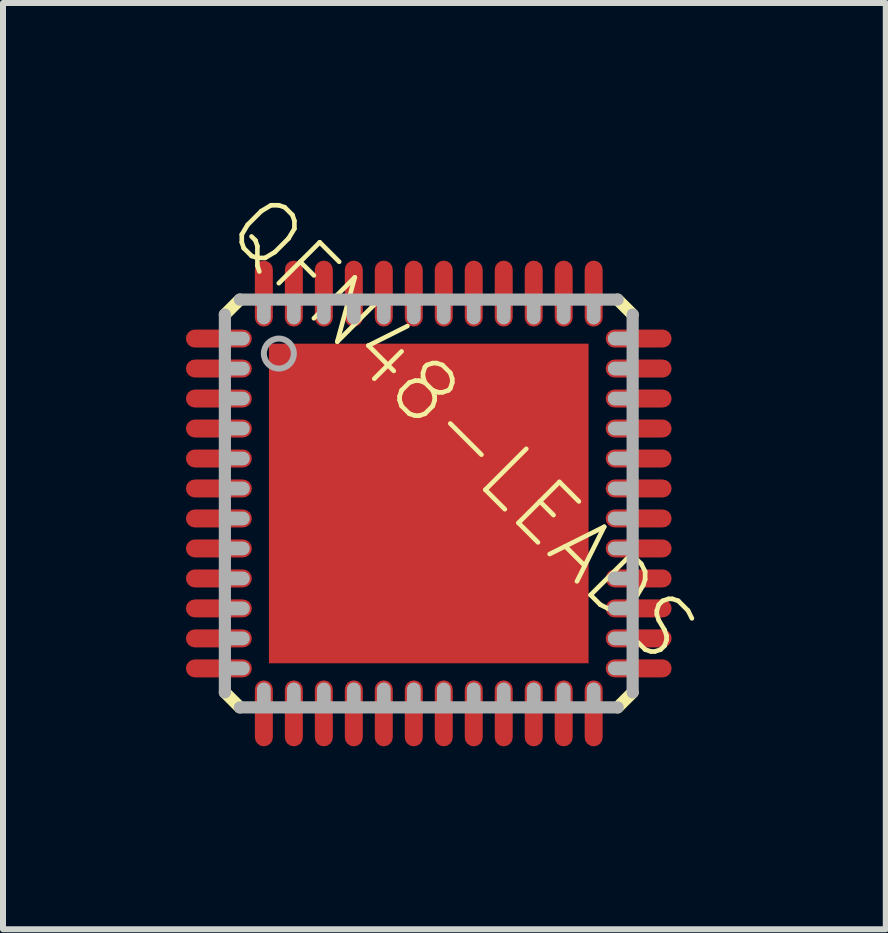
<source format=kicad_pcb>
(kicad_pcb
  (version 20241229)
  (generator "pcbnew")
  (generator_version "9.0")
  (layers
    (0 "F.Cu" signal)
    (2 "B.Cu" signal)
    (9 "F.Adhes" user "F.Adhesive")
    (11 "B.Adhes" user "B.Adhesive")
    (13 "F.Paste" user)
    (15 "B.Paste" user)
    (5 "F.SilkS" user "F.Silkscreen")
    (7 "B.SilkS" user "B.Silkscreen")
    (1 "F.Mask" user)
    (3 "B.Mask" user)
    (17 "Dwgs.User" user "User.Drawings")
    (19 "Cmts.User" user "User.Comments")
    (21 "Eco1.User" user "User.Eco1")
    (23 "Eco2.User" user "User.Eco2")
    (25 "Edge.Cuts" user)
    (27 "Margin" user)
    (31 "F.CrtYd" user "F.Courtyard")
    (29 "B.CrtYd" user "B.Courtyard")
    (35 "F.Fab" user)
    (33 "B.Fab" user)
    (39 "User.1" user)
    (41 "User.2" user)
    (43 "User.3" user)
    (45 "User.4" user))
  (footprint "QFN48-LEADS"
    (layer "F.Cu")
    (at 4.1 5.346)
    (property "Reference" "QFN48-LEADS" (at -3.5 -4.5 135) (layer "F.SilkS") (effects (font (size 0.965 0.965) (thickness 0.077)) (justify left bottom)))
    (attr smd)
    (fp_line (start -3.1 -2.75) (end -3.9 -2.75) (stroke (width 0.4) (type solid)) (layer "F.Mask"))
    (fp_line (start -3.1 -2.25) (end -3.9 -2.25) (stroke (width 0.4) (type solid)) (layer "F.Mask"))
    (fp_line (start -3.1 -1.75) (end -3.9 -1.75) (stroke (width 0.4) (type solid)) (layer "F.Mask"))
    (fp_line (start -3.1 -1.25) (end -3.9 -1.25) (stroke (width 0.4) (type solid)) (layer "F.Mask"))
    (fp_line (start -3.1 -0.75) (end -3.9 -0.75) (stroke (width 0.4) (type solid)) (layer "F.Mask"))
    (fp_line (start -3.1 -0.25) (end -3.9 -0.25) (stroke (width 0.4) (type solid)) (layer "F.Mask"))
    (fp_line (start -3.1 0.25) (end -3.9 0.25) (stroke (width 0.4) (type solid)) (layer "F.Mask"))
    (fp_line (start -3.1 0.75) (end -3.9 0.75) (stroke (width 0.4) (type solid)) (layer "F.Mask"))
    (fp_line (start -3.1 1.25) (end -3.9 1.25) (stroke (width 0.4) (type solid)) (layer "F.Mask"))
    (fp_line (start -3.1 1.75) (end -3.9 1.75) (stroke (width 0.4) (type solid)) (layer "F.Mask"))
    (fp_line (start -3.1 2.25) (end -3.9 2.25) (stroke (width 0.4) (type solid)) (layer "F.Mask"))
    (fp_line (start -3.1 2.75) (end -3.9 2.75) (stroke (width 0.4) (type solid)) (layer "F.Mask"))
    (fp_line (start -2.75 -3.1) (end -2.75 -3.9) (stroke (width 0.4) (type solid)) (layer "F.Mask"))
    (fp_line (start -2.75 3.1) (end -2.75 3.9) (stroke (width 0.4) (type solid)) (layer "F.Mask"))
    (fp_line (start -2.25 -3.1) (end -2.25 -3.9) (stroke (width 0.4) (type solid)) (layer "F.Mask"))
    (fp_line (start -2.25 3.1) (end -2.25 3.9) (stroke (width 0.4) (type solid)) (layer "F.Mask"))
    (fp_line (start -1.75 -3.1) (end -1.75 -3.9) (stroke (width 0.4) (type solid)) (layer "F.Mask"))
    (fp_line (start -1.75 3.1) (end -1.75 3.9) (stroke (width 0.4) (type solid)) (layer "F.Mask"))
    (fp_line (start -1.25 -3.1) (end -1.25 -3.9) (stroke (width 0.4) (type solid)) (layer "F.Mask"))
    (fp_line (start -1.25 3.1) (end -1.25 3.9) (stroke (width 0.4) (type solid)) (layer "F.Mask"))
    (fp_line (start -0.75 -3.1) (end -0.75 -3.9) (stroke (width 0.4) (type solid)) (layer "F.Mask"))
    (fp_line (start -0.75 3.1) (end -0.75 3.9) (stroke (width 0.4) (type solid)) (layer "F.Mask"))
    (fp_line (start -0.25 -3.1) (end -0.25 -3.9) (stroke (width 0.4) (type solid)) (layer "F.Mask"))
    (fp_line (start -0.25 3.1) (end -0.25 3.9) (stroke (width 0.4) (type solid)) (layer "F.Mask"))
    (fp_line (start 0.25 -3.1) (end 0.25 -3.9) (stroke (width 0.4) (type solid)) (layer "F.Mask"))
    (fp_line (start 0.25 3.1) (end 0.25 3.9) (stroke (width 0.4) (type solid)) (layer "F.Mask"))
    (fp_line (start 0.75 -3.1) (end 0.75 -3.9) (stroke (width 0.4) (type solid)) (layer "F.Mask"))
    (fp_line (start 0.75 3.1) (end 0.75 3.9) (stroke (width 0.4) (type solid)) (layer "F.Mask"))
    (fp_line (start 1.25 -3.1) (end 1.25 -3.9) (stroke (width 0.4) (type solid)) (layer "F.Mask"))
    (fp_line (start 1.25 3.1) (end 1.25 3.9) (stroke (width 0.4) (type solid)) (layer "F.Mask"))
    (fp_line (start 1.75 -3.1) (end 1.75 -3.9) (stroke (width 0.4) (type solid)) (layer "F.Mask"))
    (fp_line (start 1.75 3.1) (end 1.75 3.9) (stroke (width 0.4) (type solid)) (layer "F.Mask"))
    (fp_line (start 2.25 -3.1) (end 2.25 -3.9) (stroke (width 0.4) (type solid)) (layer "F.Mask"))
    (fp_line (start 2.25 3.1) (end 2.25 3.9) (stroke (width 0.4) (type solid)) (layer "F.Mask"))
    (fp_line (start 2.75 -3.1) (end 2.75 -3.9) (stroke (width 0.4) (type solid)) (layer "F.Mask"))
    (fp_line (start 2.75 3.1) (end 2.75 3.9) (stroke (width 0.4) (type solid)) (layer "F.Mask"))
    (fp_line (start 3.1 -2.75) (end 3.9 -2.75) (stroke (width 0.4) (type solid)) (layer "F.Mask"))
    (fp_line (start 3.1 -2.25) (end 3.9 -2.25) (stroke (width 0.4) (type solid)) (layer "F.Mask"))
    (fp_line (start 3.1 -1.75) (end 3.9 -1.75) (stroke (width 0.4) (type solid)) (layer "F.Mask"))
    (fp_line (start 3.1 -1.25) (end 3.9 -1.25) (stroke (width 0.4) (type solid)) (layer "F.Mask"))
    (fp_line (start 3.1 -0.75) (end 3.9 -0.75) (stroke (width 0.4) (type solid)) (layer "F.Mask"))
    (fp_line (start 3.1 -0.25) (end 3.9 -0.25) (stroke (width 0.4) (type solid)) (layer "F.Mask"))
    (fp_line (start 3.1 0.25) (end 3.9 0.25) (stroke (width 0.4) (type solid)) (layer "F.Mask"))
    (fp_line (start 3.1 0.75) (end 3.9 0.75) (stroke (width 0.4) (type solid)) (layer "F.Mask"))
    (fp_line (start 3.1 1.25) (end 3.9 1.25) (stroke (width 0.4) (type solid)) (layer "F.Mask"))
    (fp_line (start 3.1 1.75) (end 3.9 1.75) (stroke (width 0.4) (type solid)) (layer "F.Mask"))
    (fp_line (start 3.1 2.25) (end 3.9 2.25) (stroke (width 0.4) (type solid)) (layer "F.Mask"))
    (fp_line (start 3.1 2.75) (end 3.9 2.75) (stroke (width 0.4) (type solid)) (layer "F.Mask"))
    (fp_poly (pts (xy -2.7 2.7) (xy 2.7 2.7) (xy 2.7 -2.7) (xy -2.7 -2.7)) (stroke (width 0) (type solid)) (fill yes) (layer "F.Mask"))
    (fp_line (start -3.4 -3.15) (end -3.15 -3.4) (stroke (width 0.203) (type solid)) (layer "F.SilkS"))
    (fp_line (start -3.15 3.4) (end -3.4 3.15) (stroke (width 0.203) (type solid)) (layer "F.SilkS"))
    (fp_line (start 3.15 -3.4) (end 3.4 -3.15) (stroke (width 0.203) (type solid)) (layer "F.SilkS"))
    (fp_line (start 3.4 3.15) (end 3.15 3.4) (stroke (width 0.203) (type solid)) (layer "F.SilkS"))
    (fp_line (start -3.1 -2.75) (end -3.9 -2.75) (stroke (width 0.25) (type solid)) (layer "F.Paste"))
    (fp_line (start -3.1 -2.25) (end -3.9 -2.25) (stroke (width 0.25) (type solid)) (layer "F.Paste"))
    (fp_line (start -3.1 -1.75) (end -3.9 -1.75) (stroke (width 0.25) (type solid)) (layer "F.Paste"))
    (fp_line (start -3.1 -1.25) (end -3.9 -1.25) (stroke (width 0.25) (type solid)) (layer "F.Paste"))
    (fp_line (start -3.1 -0.75) (end -3.9 -0.75) (stroke (width 0.25) (type solid)) (layer "F.Paste"))
    (fp_line (start -3.1 -0.25) (end -3.9 -0.25) (stroke (width 0.25) (type solid)) (layer "F.Paste"))
    (fp_line (start -3.1 0.25) (end -3.9 0.25) (stroke (width 0.25) (type solid)) (layer "F.Paste"))
    (fp_line (start -3.1 0.75) (end -3.9 0.75) (stroke (width 0.25) (type solid)) (layer "F.Paste"))
    (fp_line (start -3.1 1.25) (end -3.9 1.25) (stroke (width 0.25) (type solid)) (layer "F.Paste"))
    (fp_line (start -3.1 1.75) (end -3.9 1.75) (stroke (width 0.25) (type solid)) (layer "F.Paste"))
    (fp_line (start -3.1 2.25) (end -3.9 2.25) (stroke (width 0.25) (type solid)) (layer "F.Paste"))
    (fp_line (start -3.1 2.75) (end -3.9 2.75) (stroke (width 0.25) (type solid)) (layer "F.Paste"))
    (fp_line (start -2.75 -3.1) (end -2.75 -3.9) (stroke (width 0.25) (type solid)) (layer "F.Paste"))
    (fp_line (start -2.75 3.1) (end -2.75 3.9) (stroke (width 0.25) (type solid)) (layer "F.Paste"))
    (fp_line (start -2.25 -3.1) (end -2.25 -3.9) (stroke (width 0.25) (type solid)) (layer "F.Paste"))
    (fp_line (start -2.25 3.1) (end -2.25 3.9) (stroke (width 0.25) (type solid)) (layer "F.Paste"))
    (fp_line (start -1.75 -3.1) (end -1.75 -3.9) (stroke (width 0.25) (type solid)) (layer "F.Paste"))
    (fp_line (start -1.75 3.1) (end -1.75 3.9) (stroke (width 0.25) (type solid)) (layer "F.Paste"))
    (fp_line (start -1.25 -3.1) (end -1.25 -3.9) (stroke (width 0.25) (type solid)) (layer "F.Paste"))
    (fp_line (start -1.25 3.1) (end -1.25 3.9) (stroke (width 0.25) (type solid)) (layer "F.Paste"))
    (fp_line (start -0.75 -3.1) (end -0.75 -3.9) (stroke (width 0.25) (type solid)) (layer "F.Paste"))
    (fp_line (start -0.75 3.1) (end -0.75 3.9) (stroke (width 0.25) (type solid)) (layer "F.Paste"))
    (fp_line (start -0.25 -3.1) (end -0.25 -3.9) (stroke (width 0.25) (type solid)) (layer "F.Paste"))
    (fp_line (start -0.25 3.1) (end -0.25 3.9) (stroke (width 0.25) (type solid)) (layer "F.Paste"))
    (fp_line (start 0.25 -3.1) (end 0.25 -3.9) (stroke (width 0.25) (type solid)) (layer "F.Paste"))
    (fp_line (start 0.25 3.1) (end 0.25 3.9) (stroke (width 0.25) (type solid)) (layer "F.Paste"))
    (fp_line (start 0.75 -3.1) (end 0.75 -3.9) (stroke (width 0.25) (type solid)) (layer "F.Paste"))
    (fp_line (start 0.75 3.1) (end 0.75 3.9) (stroke (width 0.25) (type solid)) (layer "F.Paste"))
    (fp_line (start 1.25 -3.1) (end 1.25 -3.9) (stroke (width 0.25) (type solid)) (layer "F.Paste"))
    (fp_line (start 1.25 3.1) (end 1.25 3.9) (stroke (width 0.25) (type solid)) (layer "F.Paste"))
    (fp_line (start 1.75 -3.1) (end 1.75 -3.9) (stroke (width 0.25) (type solid)) (layer "F.Paste"))
    (fp_line (start 1.75 3.1) (end 1.75 3.9) (stroke (width 0.25) (type solid)) (layer "F.Paste"))
    (fp_line (start 2.25 -3.1) (end 2.25 -3.9) (stroke (width 0.25) (type solid)) (layer "F.Paste"))
    (fp_line (start 2.25 3.1) (end 2.25 3.9) (stroke (width 0.25) (type solid)) (layer "F.Paste"))
    (fp_line (start 2.75 -3.1) (end 2.75 -3.9) (stroke (width 0.25) (type solid)) (layer "F.Paste"))
    (fp_line (start 2.75 3.1) (end 2.75 3.9) (stroke (width 0.25) (type solid)) (layer "F.Paste"))
    (fp_line (start 3.1 -2.75) (end 3.9 -2.75) (stroke (width 0.25) (type solid)) (layer "F.Paste"))
    (fp_line (start 3.1 -2.25) (end 3.9 -2.25) (stroke (width 0.25) (type solid)) (layer "F.Paste"))
    (fp_line (start 3.1 -1.75) (end 3.9 -1.75) (stroke (width 0.25) (type solid)) (layer "F.Paste"))
    (fp_line (start 3.1 -1.25) (end 3.9 -1.25) (stroke (width 0.25) (type solid)) (layer "F.Paste"))
    (fp_line (start 3.1 -0.75) (end 3.9 -0.75) (stroke (width 0.25) (type solid)) (layer "F.Paste"))
    (fp_line (start 3.1 -0.25) (end 3.9 -0.25) (stroke (width 0.25) (type solid)) (layer "F.Paste"))
    (fp_line (start 3.1 0.25) (end 3.9 0.25) (stroke (width 0.25) (type solid)) (layer "F.Paste"))
    (fp_line (start 3.1 0.75) (end 3.9 0.75) (stroke (width 0.25) (type solid)) (layer "F.Paste"))
    (fp_line (start 3.1 1.25) (end 3.9 1.25) (stroke (width 0.25) (type solid)) (layer "F.Paste"))
    (fp_line (start 3.1 1.75) (end 3.9 1.75) (stroke (width 0.25) (type solid)) (layer "F.Paste"))
    (fp_line (start 3.1 2.25) (end 3.9 2.25) (stroke (width 0.25) (type solid)) (layer "F.Paste"))
    (fp_line (start 3.1 2.75) (end 3.9 2.75) (stroke (width 0.25) (type solid)) (layer "F.Paste"))
    (fp_poly (pts (xy -2.55 2.55) (xy 2.55 2.55) (xy 2.55 -2.55) (xy -2.55 -2.55)) (stroke (width 0) (type solid)) (fill yes) (layer "F.Paste"))
    (fp_line (start -3.4 3.15) (end -3.4 -3.15) (stroke (width 0.203) (type solid)) (layer "F.Fab"))
    (fp_line (start -3.15 -3.4) (end 3.15 -3.4) (stroke (width 0.203) (type solid)) (layer "F.Fab"))
    (fp_line (start -3.1 -2.75) (end -3.325 -2.75) (stroke (width 0.23) (type solid)) (layer "F.Fab"))
    (fp_line (start -3.1 -2.25) (end -3.325 -2.25) (stroke (width 0.23) (type solid)) (layer "F.Fab"))
    (fp_line (start -3.1 -1.75) (end -3.325 -1.75) (stroke (width 0.23) (type solid)) (layer "F.Fab"))
    (fp_line (start -3.1 -1.25) (end -3.325 -1.25) (stroke (width 0.23) (type solid)) (layer "F.Fab"))
    (fp_line (start -3.1 -0.75) (end -3.325 -0.75) (stroke (width 0.23) (type solid)) (layer "F.Fab"))
    (fp_line (start -3.1 -0.25) (end -3.325 -0.25) (stroke (width 0.23) (type solid)) (layer "F.Fab"))
    (fp_line (start -3.1 0.25) (end -3.325 0.25) (stroke (width 0.23) (type solid)) (layer "F.Fab"))
    (fp_line (start -3.1 0.75) (end -3.325 0.75) (stroke (width 0.23) (type solid)) (layer "F.Fab"))
    (fp_line (start -3.1 1.25) (end -3.325 1.25) (stroke (width 0.23) (type solid)) (layer "F.Fab"))
    (fp_line (start -3.1 1.75) (end -3.325 1.75) (stroke (width 0.23) (type solid)) (layer "F.Fab"))
    (fp_line (start -3.1 2.25) (end -3.325 2.25) (stroke (width 0.23) (type solid)) (layer "F.Fab"))
    (fp_line (start -3.1 2.75) (end -3.325 2.75) (stroke (width 0.23) (type solid)) (layer "F.Fab"))
    (fp_line (start -2.75 -3.1) (end -2.75 -3.325) (stroke (width 0.23) (type solid)) (layer "F.Fab"))
    (fp_line (start -2.75 3.1) (end -2.75 3.325) (stroke (width 0.23) (type solid)) (layer "F.Fab"))
    (fp_line (start -2.25 -3.1) (end -2.25 -3.325) (stroke (width 0.23) (type solid)) (layer "F.Fab"))
    (fp_line (start -2.25 3.1) (end -2.25 3.325) (stroke (width 0.23) (type solid)) (layer "F.Fab"))
    (fp_line (start -1.75 -3.1) (end -1.75 -3.325) (stroke (width 0.23) (type solid)) (layer "F.Fab"))
    (fp_line (start -1.75 3.1) (end -1.75 3.325) (stroke (width 0.23) (type solid)) (layer "F.Fab"))
    (fp_line (start -1.25 -3.1) (end -1.25 -3.325) (stroke (width 0.23) (type solid)) (layer "F.Fab"))
    (fp_line (start -1.25 3.1) (end -1.25 3.325) (stroke (width 0.23) (type solid)) (layer "F.Fab"))
    (fp_line (start -0.75 -3.1) (end -0.75 -3.325) (stroke (width 0.23) (type solid)) (layer "F.Fab"))
    (fp_line (start -0.75 3.1) (end -0.75 3.325) (stroke (width 0.23) (type solid)) (layer "F.Fab"))
    (fp_line (start -0.25 -3.1) (end -0.25 -3.325) (stroke (width 0.23) (type solid)) (layer "F.Fab"))
    (fp_line (start -0.25 3.1) (end -0.25 3.325) (stroke (width 0.23) (type solid)) (layer "F.Fab"))
    (fp_line (start 0.25 -3.1) (end 0.25 -3.325) (stroke (width 0.23) (type solid)) (layer "F.Fab"))
    (fp_line (start 0.25 3.1) (end 0.25 3.325) (stroke (width 0.23) (type solid)) (layer "F.Fab"))
    (fp_line (start 0.75 -3.1) (end 0.75 -3.325) (stroke (width 0.23) (type solid)) (layer "F.Fab"))
    (fp_line (start 0.75 3.1) (end 0.75 3.325) (stroke (width 0.23) (type solid)) (layer "F.Fab"))
    (fp_line (start 1.25 -3.1) (end 1.25 -3.325) (stroke (width 0.23) (type solid)) (layer "F.Fab"))
    (fp_line (start 1.25 3.1) (end 1.25 3.325) (stroke (width 0.23) (type solid)) (layer "F.Fab"))
    (fp_line (start 1.75 -3.1) (end 1.75 -3.325) (stroke (width 0.23) (type solid)) (layer "F.Fab"))
    (fp_line (start 1.75 3.1) (end 1.75 3.325) (stroke (width 0.23) (type solid)) (layer "F.Fab"))
    (fp_line (start 2.25 -3.1) (end 2.25 -3.325) (stroke (width 0.23) (type solid)) (layer "F.Fab"))
    (fp_line (start 2.25 3.1) (end 2.25 3.325) (stroke (width 0.23) (type solid)) (layer "F.Fab"))
    (fp_line (start 2.75 -3.1) (end 2.75 -3.325) (stroke (width 0.23) (type solid)) (layer "F.Fab"))
    (fp_line (start 2.75 3.1) (end 2.75 3.325) (stroke (width 0.23) (type solid)) (layer "F.Fab"))
    (fp_line (start 3.1 -2.75) (end 3.325 -2.75) (stroke (width 0.23) (type solid)) (layer "F.Fab"))
    (fp_line (start 3.1 -2.25) (end 3.325 -2.25) (stroke (width 0.23) (type solid)) (layer "F.Fab"))
    (fp_line (start 3.1 -1.75) (end 3.325 -1.75) (stroke (width 0.23) (type solid)) (layer "F.Fab"))
    (fp_line (start 3.1 -1.25) (end 3.325 -1.25) (stroke (width 0.23) (type solid)) (layer "F.Fab"))
    (fp_line (start 3.1 -0.75) (end 3.325 -0.75) (stroke (width 0.23) (type solid)) (layer "F.Fab"))
    (fp_line (start 3.1 -0.25) (end 3.325 -0.25) (stroke (width 0.23) (type solid)) (layer "F.Fab"))
    (fp_line (start 3.1 0.25) (end 3.325 0.25) (stroke (width 0.23) (type solid)) (layer "F.Fab"))
    (fp_line (start 3.1 0.75) (end 3.325 0.75) (stroke (width 0.23) (type solid)) (layer "F.Fab"))
    (fp_line (start 3.1 1.25) (end 3.325 1.25) (stroke (width 0.23) (type solid)) (layer "F.Fab"))
    (fp_line (start 3.1 1.75) (end 3.325 1.75) (stroke (width 0.23) (type solid)) (layer "F.Fab"))
    (fp_line (start 3.1 2.25) (end 3.325 2.25) (stroke (width 0.23) (type solid)) (layer "F.Fab"))
    (fp_line (start 3.1 2.75) (end 3.325 2.75) (stroke (width 0.23) (type solid)) (layer "F.Fab"))
    (fp_line (start 3.15 3.4) (end -3.15 3.4) (stroke (width 0.203) (type solid)) (layer "F.Fab"))
    (fp_line (start 3.4 -3.15) (end 3.4 3.15) (stroke (width 0.203) (type solid)) (layer "F.Fab"))
    (fp_circle (center -2.5 -2.5) (end -2.25 -2.5) (stroke (width 0.1) (type solid)) (fill no) (layer "F.Fab"))
    (pad "1" smd roundrect (at -3.5 -2.75) (size 1.1 0.3) (layers "F.Cu" "F.Mask") (roundrect_rratio 0.5))
    (pad "2" smd roundrect (at -3.5 -2.25) (size 1.1 0.3) (layers "F.Cu" "F.Mask") (roundrect_rratio 0.5))
    (pad "3" smd roundrect (at -3.5 -1.75) (size 1.1 0.3) (layers "F.Cu" "F.Mask") (roundrect_rratio 0.5))
    (pad "4" smd roundrect (at -3.5 -1.25) (size 1.1 0.3) (layers "F.Cu" "F.Mask") (roundrect_rratio 0.5))
    (pad "5" smd roundrect (at -3.5 -0.75) (size 1.1 0.3) (layers "F.Cu" "F.Mask") (roundrect_rratio 0.5))
    (pad "6" smd roundrect (at -3.5 -0.25) (size 1.1 0.3) (layers "F.Cu" "F.Mask") (roundrect_rratio 0.5))
    (pad "7" smd roundrect (at -3.5 0.25) (size 1.1 0.3) (layers "F.Cu" "F.Mask") (roundrect_rratio 0.5))
    (pad "8" smd roundrect (at -3.5 0.75) (size 1.1 0.3) (layers "F.Cu" "F.Mask") (roundrect_rratio 0.5))
    (pad "9" smd roundrect (at -3.5 1.25) (size 1.1 0.3) (layers "F.Cu" "F.Mask") (roundrect_rratio 0.5))
    (pad "10" smd roundrect (at -3.5 1.75) (size 1.1 0.3) (layers "F.Cu" "F.Mask") (roundrect_rratio 0.5))
    (pad "11" smd roundrect (at -3.5 2.25) (size 1.1 0.3) (layers "F.Cu" "F.Mask") (roundrect_rratio 0.5))
    (pad "12" smd roundrect (at -3.5 2.75) (size 1.1 0.3) (layers "F.Cu" "F.Mask") (roundrect_rratio 0.5))
    (pad "13" smd roundrect (at -2.75 3.5 90) (size 1.1 0.3) (layers "F.Cu" "F.Mask") (roundrect_rratio 0.5))
    (pad "14" smd roundrect (at -2.25 3.5 90) (size 1.1 0.3) (layers "F.Cu" "F.Mask") (roundrect_rratio 0.5))
    (pad "15" smd roundrect (at -1.75 3.5 90) (size 1.1 0.3) (layers "F.Cu" "F.Mask") (roundrect_rratio 0.5))
    (pad "16" smd roundrect (at -1.25 3.5 90) (size 1.1 0.3) (layers "F.Cu" "F.Mask") (roundrect_rratio 0.5))
    (pad "17" smd roundrect (at -0.75 3.5 90) (size 1.1 0.3) (layers "F.Cu" "F.Mask") (roundrect_rratio 0.5))
    (pad "18" smd roundrect (at -0.25 3.5 90) (size 1.1 0.3) (layers "F.Cu" "F.Mask") (roundrect_rratio 0.5))
    (pad "19" smd roundrect (at 0.25 3.5 90) (size 1.1 0.3) (layers "F.Cu" "F.Mask") (roundrect_rratio 0.5))
    (pad "20" smd roundrect (at 0.75 3.5 90) (size 1.1 0.3) (layers "F.Cu" "F.Mask") (roundrect_rratio 0.5))
    (pad "21" smd roundrect (at 1.25 3.5 90) (size 1.1 0.3) (layers "F.Cu" "F.Mask") (roundrect_rratio 0.5))
    (pad "22" smd roundrect (at 1.75 3.5 90) (size 1.1 0.3) (layers "F.Cu" "F.Mask") (roundrect_rratio 0.5))
    (pad "23" smd roundrect (at 2.25 3.5 90) (size 1.1 0.3) (layers "F.Cu" "F.Mask") (roundrect_rratio 0.5))
    (pad "24" smd roundrect (at 2.75 3.5 90) (size 1.1 0.3) (layers "F.Cu" "F.Mask") (roundrect_rratio 0.5))
    (pad "25" smd roundrect (at 3.5 2.75 180) (size 1.1 0.3) (layers "F.Cu" "F.Mask") (roundrect_rratio 0.5))
    (pad "26" smd roundrect (at 3.5 2.25 180) (size 1.1 0.3) (layers "F.Cu" "F.Mask") (roundrect_rratio 0.5))
    (pad "27" smd roundrect (at 3.5 1.75 180) (size 1.1 0.3) (layers "F.Cu" "F.Mask") (roundrect_rratio 0.5))
    (pad "28" smd roundrect (at 3.5 1.25 180) (size 1.1 0.3) (layers "F.Cu" "F.Mask") (roundrect_rratio 0.5))
    (pad "29" smd roundrect (at 3.5 0.75 180) (size 1.1 0.3) (layers "F.Cu" "F.Mask") (roundrect_rratio 0.5))
    (pad "30" smd roundrect (at 3.5 0.25 180) (size 1.1 0.3) (layers "F.Cu" "F.Mask") (roundrect_rratio 0.5))
    (pad "31" smd roundrect (at 3.5 -0.25 180) (size 1.1 0.3) (layers "F.Cu" "F.Mask") (roundrect_rratio 0.5))
    (pad "32" smd roundrect (at 3.5 -0.75 180) (size 1.1 0.3) (layers "F.Cu" "F.Mask") (roundrect_rratio 0.5))
    (pad "33" smd roundrect (at 3.5 -1.25 180) (size 1.1 0.3) (layers "F.Cu" "F.Mask") (roundrect_rratio 0.5))
    (pad "34" smd roundrect (at 3.5 -1.75 180) (size 1.1 0.3) (layers "F.Cu" "F.Mask") (roundrect_rratio 0.5))
    (pad "35" smd roundrect (at 3.5 -2.25 180) (size 1.1 0.3) (layers "F.Cu" "F.Mask") (roundrect_rratio 0.5))
    (pad "36" smd roundrect (at 3.5 -2.75 180) (size 1.1 0.3) (layers "F.Cu" "F.Mask") (roundrect_rratio 0.5))
    (pad "37" smd roundrect (at 2.75 -3.5 270) (size 1.1 0.3) (layers "F.Cu" "F.Mask") (roundrect_rratio 0.5))
    (pad "38" smd roundrect (at 2.25 -3.5 270) (size 1.1 0.3) (layers "F.Cu" "F.Mask") (roundrect_rratio 0.5))
    (pad "39" smd roundrect (at 1.75 -3.5 270) (size 1.1 0.3) (layers "F.Cu" "F.Mask") (roundrect_rratio 0.5))
    (pad "40" smd roundrect (at 1.25 -3.5 270) (size 1.1 0.3) (layers "F.Cu" "F.Mask") (roundrect_rratio 0.5))
    (pad "41" smd roundrect (at 0.75 -3.5 270) (size 1.1 0.3) (layers "F.Cu" "F.Mask") (roundrect_rratio 0.5))
    (pad "42" smd roundrect (at 0.25 -3.5 270) (size 1.1 0.3) (layers "F.Cu" "F.Mask") (roundrect_rratio 0.5))
    (pad "43" smd roundrect (at -0.25 -3.5 270) (size 1.1 0.3) (layers "F.Cu" "F.Mask") (roundrect_rratio 0.5))
    (pad "44" smd roundrect (at -0.75 -3.5 270) (size 1.1 0.3) (layers "F.Cu" "F.Mask") (roundrect_rratio 0.5))
    (pad "45" smd roundrect (at -1.25 -3.5 270) (size 1.1 0.3) (layers "F.Cu" "F.Mask") (roundrect_rratio 0.5))
    (pad "46" smd roundrect (at -1.75 -3.5 270) (size 1.1 0.3) (layers "F.Cu" "F.Mask") (roundrect_rratio 0.5))
    (pad "47" smd roundrect (at -2.25 -3.5 270) (size 1.1 0.3) (layers "F.Cu" "F.Mask") (roundrect_rratio 0.5))
    (pad "48" smd roundrect (at -2.75 -3.5 270) (size 1.1 0.3) (layers "F.Cu" "F.Mask") (roundrect_rratio 0.5))
    (pad "EXP" smd rect (at 0 0) (size 5.33 5.33) (layers "F.Cu" "F.Mask")))
  (gr_rect
    (start -3 -3)
    (end 11.721 12.446)
    (stroke (width 0.1) (type default))
    (fill no)
    (layer "Edge.Cuts")))
</source>
